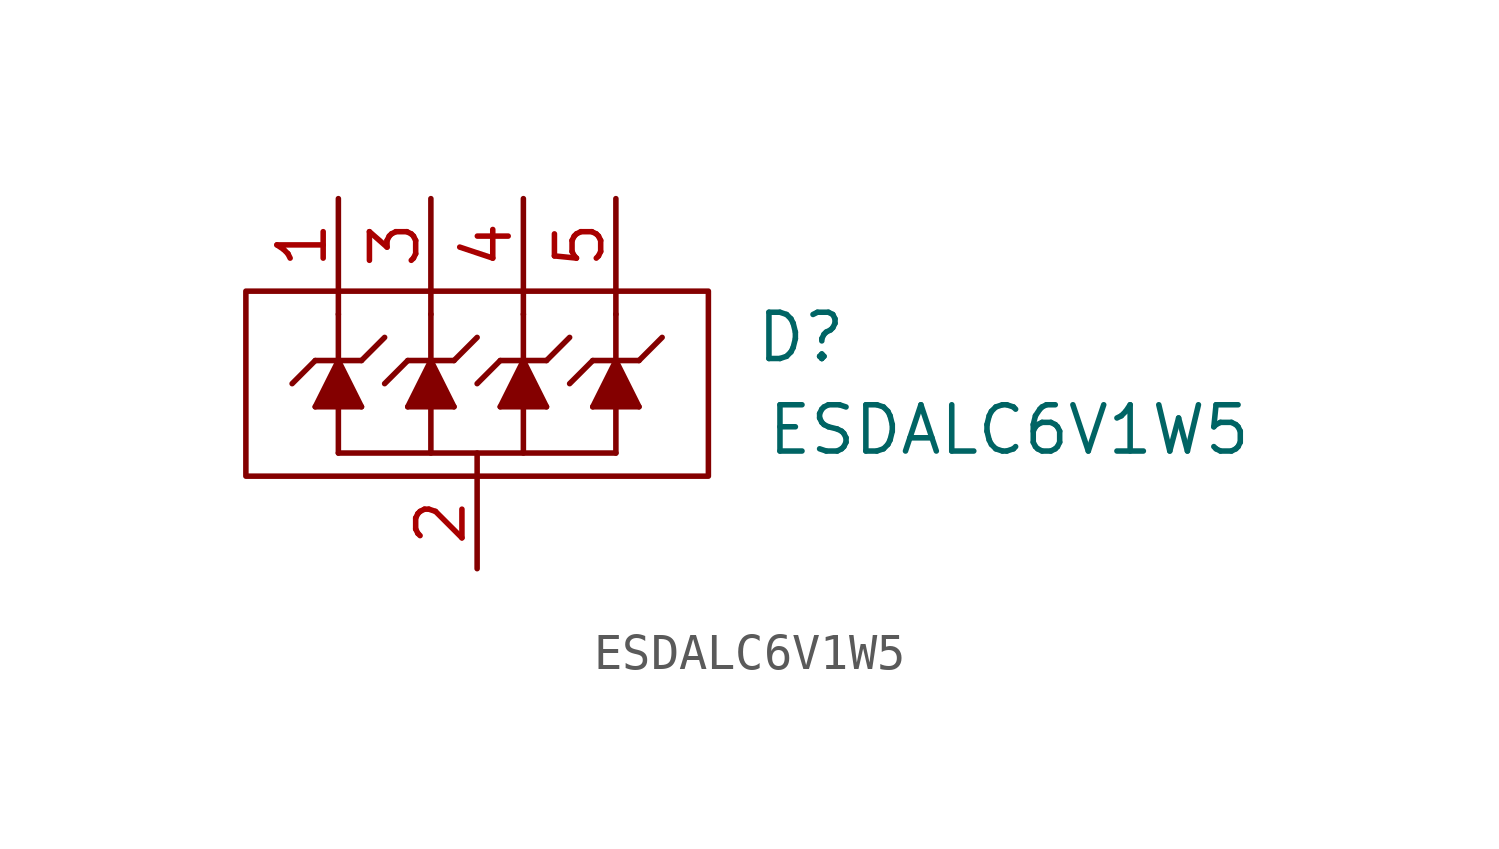
<source format=kicad_sym>
(kicad_symbol_lib
  (version 20211014)
  (generator kicad_symbol_editor)
  (symbol "ESDALC6V1W5"
    (property "Reference" "D"
      (at 8.89 1.27 0)
      (effects (font (size 1.27 1.27))))
    (property "Value" "ESDALC6V1W5"
      (at 14.605 -1.27 0)
      (effects (font (size 1.27 1.27))))
    (symbol "ESDALC6V1W5_0_1"
      (rectangle (start -6.35 2.54) (end 6.35 -2.54) (stroke (width 0) (type default) (color 0 0 0 0)) (fill (type none)))
      (polyline (pts (xy -4.445 -0.635) (xy -3.175 -0.635)) (stroke (width 0) (type default) (color 0 0 0 0)) (fill (type none)))
      (polyline (pts (xy -4.445 0.635) (xy -5.08 0)) (stroke (width 0) (type default) (color 0 0 0 0)) (fill (type none)))
      (polyline (pts (xy -4.445 0.635) (xy -3.175 0.635)) (stroke (width 0) (type default) (color 0 0 0 0)) (fill (type none)))
      (polyline (pts (xy -3.81 -1.905) (xy 3.81 -1.905)) (stroke (width 0) (type default) (color 0 0 0 0)) (fill (type none)))
      (polyline (pts (xy -3.81 -0.635) (xy -3.81 -1.905)) (stroke (width 0) (type default) (color 0 0 0 0)) (fill (type none)))
      (polyline (pts (xy -3.81 0.635) (xy -3.81 1.905)) (stroke (width 0) (type default) (color 0 0 0 0)) (fill (type none)))
      (polyline (pts (xy -3.81 1.905) (xy -3.81 2.54)) (stroke (width 0) (type default) (color 0 0 0 0)) (fill (type none)))
      (polyline (pts (xy -3.175 0.635) (xy -2.54 1.27)) (stroke (width 0) (type default) (color 0 0 0 0)) (fill (type none)))
      (polyline (pts (xy -1.905 -0.635) (xy -0.635 -0.635)) (stroke (width 0) (type default) (color 0 0 0 0)) (fill (type none)))
      (polyline (pts (xy -1.905 0.635) (xy -2.54 0)) (stroke (width 0) (type default) (color 0 0 0 0)) (fill (type none)))
      (polyline (pts (xy -1.905 0.635) (xy -0.635 0.635)) (stroke (width 0) (type default) (color 0 0 0 0)) (fill (type none)))
      (polyline (pts (xy -1.27 -0.635) (xy -1.27 -1.905)) (stroke (width 0) (type default) (color 0 0 0 0)) (fill (type none)))
      (polyline (pts (xy -1.27 0.635) (xy -1.27 1.905)) (stroke (width 0) (type default) (color 0 0 0 0)) (fill (type none)))
      (polyline (pts (xy -1.27 1.905) (xy -1.27 2.54)) (stroke (width 0) (type default) (color 0 0 0 0)) (fill (type none)))
      (polyline (pts (xy -0.635 0.635) (xy 0 1.27)) (stroke (width 0) (type default) (color 0 0 0 0)) (fill (type none)))
      (polyline (pts (xy 0 -1.905) (xy 0 -2.54)) (stroke (width 0) (type default) (color 0 0 0 0)) (fill (type none)))
      (polyline (pts (xy 0.635 -0.635) (xy 1.905 -0.635)) (stroke (width 0) (type default) (color 0 0 0 0)) (fill (type none)))
      (polyline (pts (xy 0.635 0.635) (xy 0 0)) (stroke (width 0) (type default) (color 0 0 0 0)) (fill (type none)))
      (polyline (pts (xy 0.635 0.635) (xy 1.905 0.635)) (stroke (width 0) (type default) (color 0 0 0 0)) (fill (type none)))
      (polyline (pts (xy 1.27 -0.635) (xy 1.27 -1.905)) (stroke (width 0) (type default) (color 0 0 0 0)) (fill (type none)))
      (polyline (pts (xy 1.27 0.635) (xy 1.27 1.905)) (stroke (width 0) (type default) (color 0 0 0 0)) (fill (type none)))
      (polyline (pts (xy 1.27 1.905) (xy 1.27 2.54)) (stroke (width 0) (type default) (color 0 0 0 0)) (fill (type none)))
      (polyline (pts (xy 1.905 0.635) (xy 2.54 1.27)) (stroke (width 0) (type default) (color 0 0 0 0)) (fill (type none)))
      (polyline (pts (xy 3.175 -0.635) (xy 4.445 -0.635)) (stroke (width 0) (type default) (color 0 0 0 0)) (fill (type none)))
      (polyline (pts (xy 3.175 0.635) (xy 2.54 0)) (stroke (width 0) (type default) (color 0 0 0 0)) (fill (type none)))
      (polyline (pts (xy 3.175 0.635) (xy 4.445 0.635)) (stroke (width 0) (type default) (color 0 0 0 0)) (fill (type none)))
      (polyline (pts (xy 3.81 -0.635) (xy 3.81 -1.905)) (stroke (width 0) (type default) (color 0 0 0 0)) (fill (type none)))
      (polyline (pts (xy 3.81 0.635) (xy 3.81 1.905)) (stroke (width 0) (type default) (color 0 0 0 0)) (fill (type none)))
      (polyline (pts (xy 3.81 1.905) (xy 3.81 2.54)) (stroke (width 0) (type default) (color 0 0 0 0)) (fill (type none)))
      (polyline (pts (xy 4.445 0.635) (xy 5.08 1.27)) (stroke (width 0) (type default) (color 0 0 0 0)) (fill (type none)))
      (polyline (pts (xy -4.445 -0.635) (xy -3.81 0.635) (xy -3.175 -0.635)) (stroke (width 0) (type default) (color 0 0 0 0)) (fill (type outline)))
      (polyline (pts (xy -1.905 -0.635) (xy -1.27 0.635) (xy -0.635 -0.635)) (stroke (width 0) (type default) (color 0 0 0 0)) (fill (type outline)))
      (polyline (pts (xy 0.635 -0.635) (xy 1.27 0.635) (xy 1.905 -0.635)) (stroke (width 0) (type default) (color 0 0 0 0)) (fill (type outline)))
      (polyline (pts (xy 3.175 -0.635) (xy 3.81 0.635) (xy 4.445 -0.635)) (stroke (width 0) (type default) (color 0 0 0 0)) (fill (type outline))))
    (symbol "ESDALC6V1W5_1_1"
      (pin passive line (at -3.81 5.08 270) (length 2.54) (name "" (effects (font (size 1.27 1.27)))) (number "1" (effects (font (size 1.27 1.27)))))
      (pin passive line (at 0 -5.08 90) (length 2.54) (name "" (effects (font (size 1.27 1.27)))) (number "2" (effects (font (size 1.27 1.27)))))
      (pin passive line (at -1.27 5.08 270) (length 2.54) (name "" (effects (font (size 1.27 1.27)))) (number "3" (effects (font (size 1.27 1.27)))))
      (pin passive line (at 1.27 5.08 270) (length 2.54) (name "" (effects (font (size 1.27 1.27)))) (number "4" (effects (font (size 1.27 1.27)))))
      (pin passive line (at 3.81 5.08 270) (length 2.54) (name "" (effects (font (size 1.27 1.27)))) (number "5" (effects (font (size 1.27 1.27))))))))
</source>
